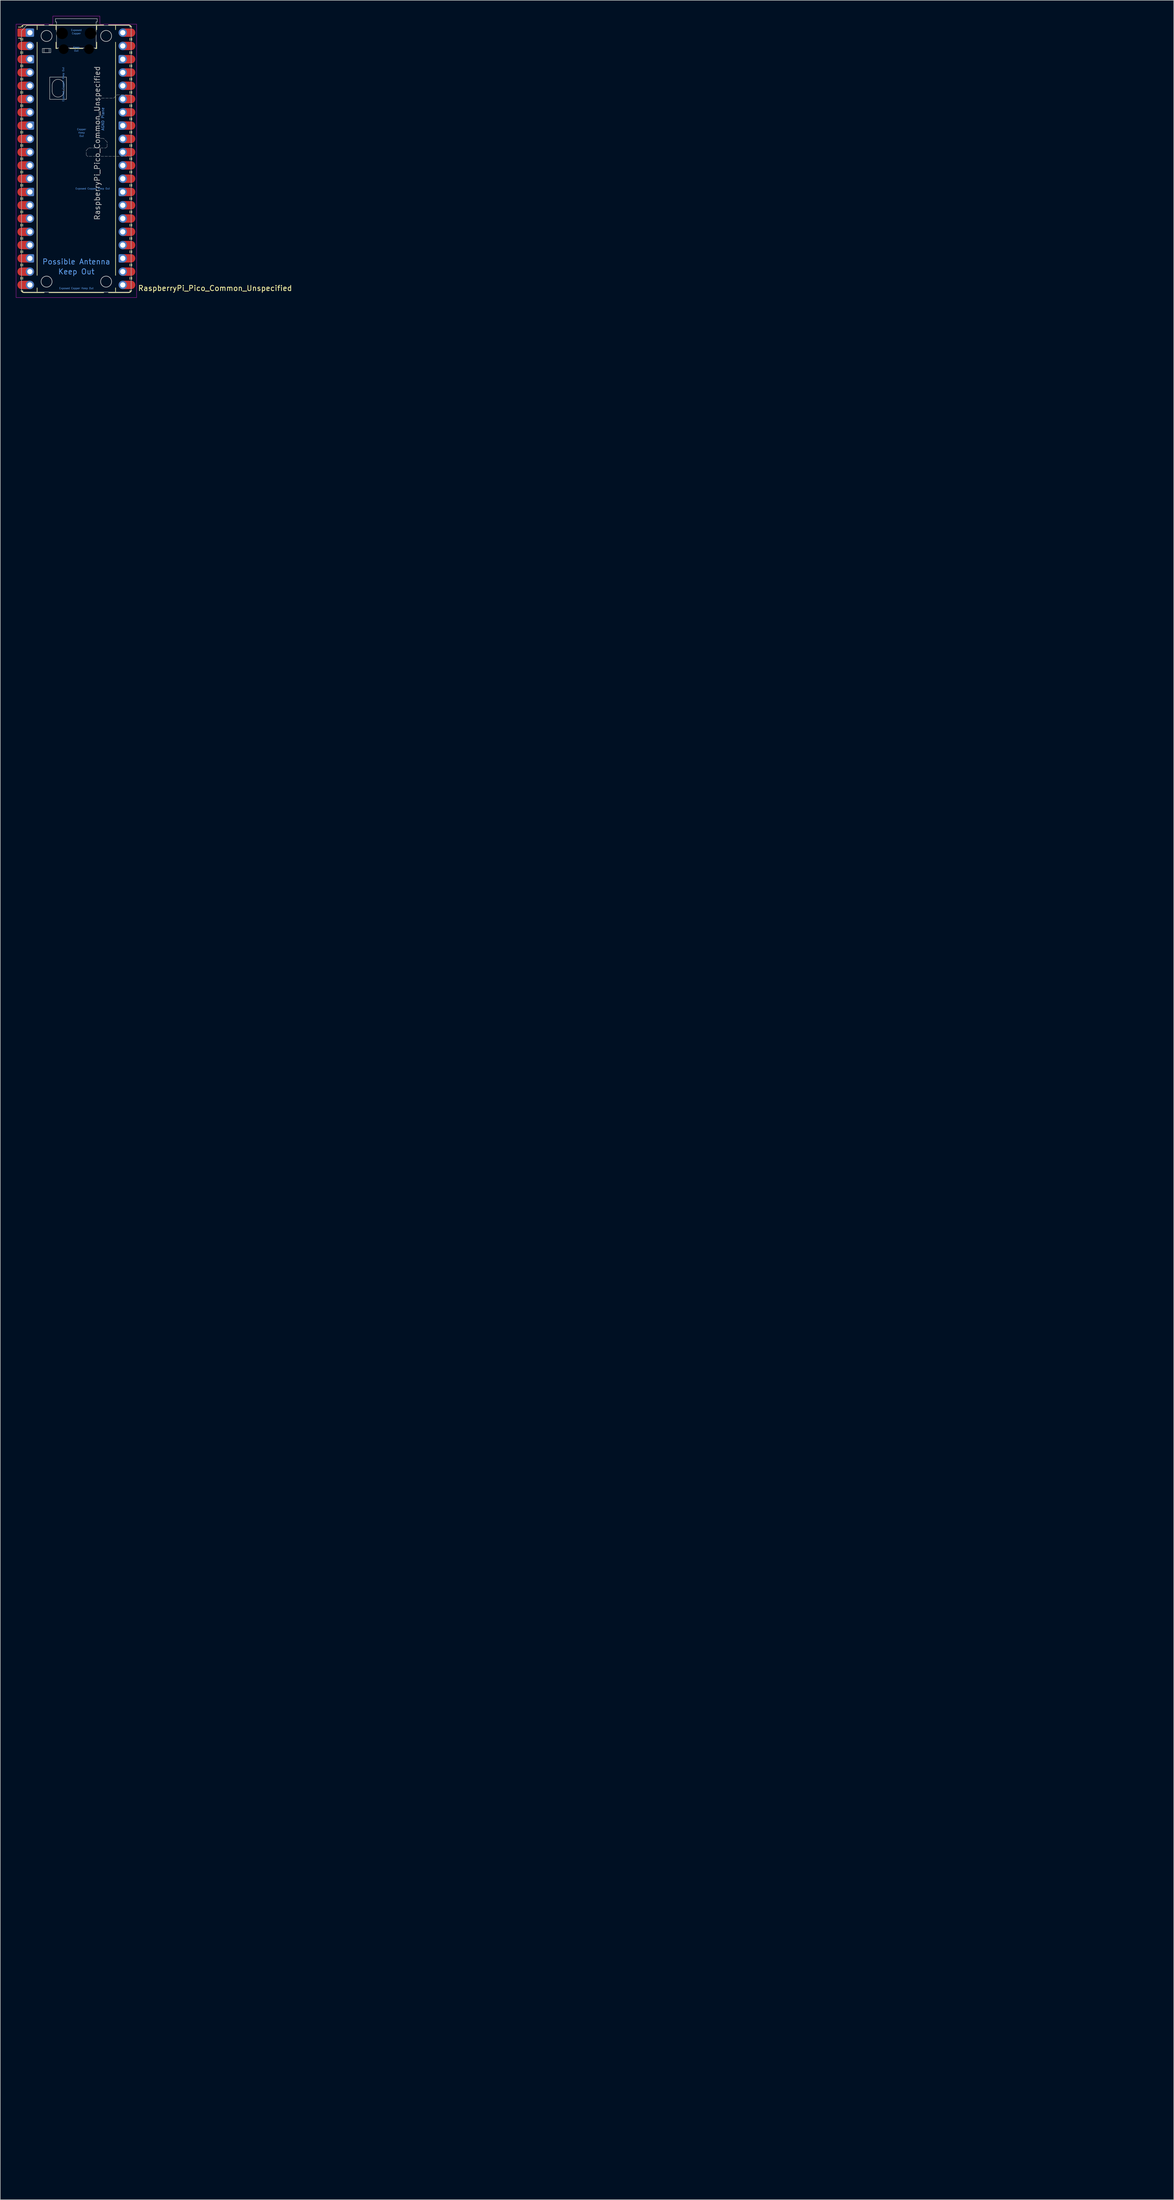
<source format=kicad_pcb>
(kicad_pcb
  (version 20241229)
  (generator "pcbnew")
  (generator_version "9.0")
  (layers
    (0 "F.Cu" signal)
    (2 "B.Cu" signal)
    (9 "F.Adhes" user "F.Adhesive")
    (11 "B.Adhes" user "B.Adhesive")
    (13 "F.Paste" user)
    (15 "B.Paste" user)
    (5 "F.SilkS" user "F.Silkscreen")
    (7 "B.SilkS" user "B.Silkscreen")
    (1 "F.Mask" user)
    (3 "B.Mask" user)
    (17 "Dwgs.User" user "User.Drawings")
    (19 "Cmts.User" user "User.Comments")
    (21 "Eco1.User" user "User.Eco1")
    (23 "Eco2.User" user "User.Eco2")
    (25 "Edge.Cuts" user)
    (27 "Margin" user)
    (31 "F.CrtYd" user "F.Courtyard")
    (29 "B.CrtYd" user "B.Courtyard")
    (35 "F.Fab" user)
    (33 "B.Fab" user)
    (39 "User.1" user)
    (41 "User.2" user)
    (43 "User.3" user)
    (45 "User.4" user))
  (footprint "RaspberryPi_Pico_Common_Unspecified"
    (layer "F.Cu")
    (at 11.565 27.325)
    (property "Reference" "RaspberryPi_Pico_Common_Unspecified" (at 11.748 24.765 0) (unlocked yes) (layer "F.SilkS") (effects (font (size 1 1) (thickness 0.15)) (justify left)))
    (attr through_hole)
    (fp_line (start -10.61 -23.07) (end -11.09 -23.07) (stroke (width 0.12) (type solid)) (layer "F.SilkS"))
    (fp_line (start -10.61 -23.07) (end -10.61 -22.65) (stroke (width 0.12) (type solid)) (layer "F.SilkS"))
    (fp_line (start -10.61 -20.53) (end -10.61 -20.11) (stroke (width 0.12) (type solid)) (layer "F.SilkS"))
    (fp_line (start -10.61 -17.99) (end -10.61 -17.57) (stroke (width 0.12) (type solid)) (layer "F.SilkS"))
    (fp_line (start -10.61 -15.45) (end -10.61 -15.03) (stroke (width 0.12) (type solid)) (layer "F.SilkS"))
    (fp_line (start -10.61 -12.91) (end -10.61 -12.49) (stroke (width 0.12) (type solid)) (layer "F.SilkS"))
    (fp_line (start -10.61 -10.37) (end -10.61 -9.95) (stroke (width 0.12) (type solid)) (layer "F.SilkS"))
    (fp_line (start -10.61 -7.83) (end -10.61 -7.41) (stroke (width 0.12) (type solid)) (layer "F.SilkS"))
    (fp_line (start -10.61 -5.29) (end -10.61 -4.87) (stroke (width 0.12) (type solid)) (layer "F.SilkS"))
    (fp_line (start -10.61 -2.75) (end -10.61 -2.33) (stroke (width 0.12) (type solid)) (layer "F.SilkS"))
    (fp_line (start -10.61 -0.21) (end -10.61 0.21) (stroke (width 0.12) (type solid)) (layer "F.SilkS"))
    (fp_line (start -10.61 2.33) (end -10.61 2.75) (stroke (width 0.12) (type solid)) (layer "F.SilkS"))
    (fp_line (start -10.61 4.87) (end -10.61 5.29) (stroke (width 0.12) (type solid)) (layer "F.SilkS"))
    (fp_line (start -10.61 7.41) (end -10.61 7.83) (stroke (width 0.12) (type solid)) (layer "F.SilkS"))
    (fp_line (start -10.61 9.95) (end -10.61 10.37) (stroke (width 0.12) (type solid)) (layer "F.SilkS"))
    (fp_line (start -10.61 12.49) (end -10.61 12.91) (stroke (width 0.12) (type solid)) (layer "F.SilkS"))
    (fp_line (start -10.61 15.03) (end -10.61 15.45) (stroke (width 0.12) (type solid)) (layer "F.SilkS"))
    (fp_line (start -10.61 17.57) (end -10.61 17.99) (stroke (width 0.12) (type solid)) (layer "F.SilkS"))
    (fp_line (start -10.61 20.11) (end -10.61 20.53) (stroke (width 0.12) (type solid)) (layer "F.SilkS"))
    (fp_line (start -10.61 22.65) (end -10.61 23.07) (stroke (width 0.12) (type solid)) (layer "F.SilkS"))
    (fp_line (start -10.58 -25.19) (end -11.09 -25.19) (stroke (width 0.12) (type solid)) (layer "F.SilkS"))
    (fp_line (start -10.27 -25.19) (end -10.27 -25.547) (stroke (width 0.12) (type solid)) (layer "F.SilkS"))
    (fp_line (start -10.27 -23.07) (end -10.27 -22.65) (stroke (width 0.12) (type solid)) (layer "F.SilkS"))
    (fp_line (start -10.27 -20.53) (end -10.27 -20.11) (stroke (width 0.12) (type solid)) (layer "F.SilkS"))
    (fp_line (start -10.27 -17.99) (end -10.27 -17.57) (stroke (width 0.12) (type solid)) (layer "F.SilkS"))
    (fp_line (start -10.27 -15.45) (end -10.27 -15.03) (stroke (width 0.12) (type solid)) (layer "F.SilkS"))
    (fp_line (start -10.27 -12.91) (end -10.27 -12.49) (stroke (width 0.12) (type solid)) (layer "F.SilkS"))
    (fp_line (start -10.27 -10.37) (end -10.27 -9.95) (stroke (width 0.12) (type solid)) (layer "F.SilkS"))
    (fp_line (start -10.27 -7.83) (end -10.27 -7.41) (stroke (width 0.12) (type solid)) (layer "F.SilkS"))
    (fp_line (start -10.27 -5.29) (end -10.27 -4.87) (stroke (width 0.12) (type solid)) (layer "F.SilkS"))
    (fp_line (start -10.27 -2.75) (end -10.27 -2.33) (stroke (width 0.12) (type solid)) (layer "F.SilkS"))
    (fp_line (start -10.27 -0.21) (end -10.27 0.21) (stroke (width 0.12) (type solid)) (layer "F.SilkS"))
    (fp_line (start -10.27 2.33) (end -10.27 2.75) (stroke (width 0.12) (type solid)) (layer "F.SilkS"))
    (fp_line (start -10.27 4.87) (end -10.27 5.29) (stroke (width 0.12) (type solid)) (layer "F.SilkS"))
    (fp_line (start -10.27 7.41) (end -10.27 7.83) (stroke (width 0.12) (type solid)) (layer "F.SilkS"))
    (fp_line (start -10.27 9.95) (end -10.27 10.37) (stroke (width 0.12) (type solid)) (layer "F.SilkS"))
    (fp_line (start -10.27 12.49) (end -10.27 12.91) (stroke (width 0.12) (type solid)) (layer "F.SilkS"))
    (fp_line (start -10.27 15.03) (end -10.27 15.45) (stroke (width 0.12) (type solid)) (layer "F.SilkS"))
    (fp_line (start -10.27 17.57) (end -10.27 17.99) (stroke (width 0.12) (type solid)) (layer "F.SilkS"))
    (fp_line (start -10.27 20.11) (end -10.27 20.53) (stroke (width 0.12) (type solid)) (layer "F.SilkS"))
    (fp_line (start -10.27 22.65) (end -10.27 23.07) (stroke (width 0.12) (type solid)) (layer "F.SilkS"))
    (fp_line (start -10.27 25.19) (end -10.27 25.547) (stroke (width 0.12) (type solid)) (layer "F.SilkS"))
    (fp_line (start -10 -25.61) (end -7.51 -25.61) (stroke (width 0.12) (type solid)) (layer "F.SilkS"))
    (fp_line (start -10 25.61) (end -6.162 25.61) (stroke (width 0.12) (type solid)) (layer "F.SilkS"))
    (fp_line (start -7.51 -25.61) (end -7.51 -24.696) (stroke (width 0.12) (type solid)) (layer "F.SilkS"))
    (fp_line (start -7.51 -25.61) (end -6.162 -25.61) (stroke (width 0.12) (type solid)) (layer "F.SilkS"))
    (fp_line (start -7.51 -22.304) (end -7.51 22.304) (stroke (width 0.12) (type solid)) (layer "F.SilkS"))
    (fp_line (start -7.51 24.696) (end -7.51 25.61) (stroke (width 0.12) (type solid)) (layer "F.SilkS"))
    (fp_line (start -5.238 -25.61) (end -4.235 -25.61) (stroke (width 0.12) (type solid)) (layer "F.SilkS"))
    (fp_line (start -4.235 -25.61) (end 4.235 -25.61) (stroke (width 0.12) (type solid)) (layer "F.SilkS"))
    (fp_line (start -3.9 -25.61) (end -3.9 -24.694) (stroke (width 0.12) (type solid)) (layer "F.SilkS"))
    (fp_line (start -3.9 -22.306) (end -3.9 -21.09) (stroke (width 0.12) (type solid)) (layer "F.SilkS"))
    (fp_line (start -3.9 -21.09) (end -3.604 -21.09) (stroke (width 0.12) (type solid)) (layer "F.SilkS"))
    (fp_line (start -3.6 25.61) (end -5.238 25.61) (stroke (width 0.12) (type solid)) (layer "F.SilkS"))
    (fp_line (start -1.246 -21.09) (end 1.246 -21.09) (stroke (width 0.12) (type solid)) (layer "F.SilkS"))
    (fp_line (start 3.6 25.61) (end -3.6 25.61) (stroke (width 0.12) (type solid)) (layer "F.SilkS"))
    (fp_line (start 3.604 -21.09) (end 3.9 -21.09) (stroke (width 0.12) (type solid)) (layer "F.SilkS"))
    (fp_line (start 3.9 -25.61) (end 3.9 -24.694) (stroke (width 0.12) (type solid)) (layer "F.SilkS"))
    (fp_line (start 3.9 -22.306) (end 3.9 -21.09) (stroke (width 0.12) (type solid)) (layer "F.SilkS"))
    (fp_line (start 4.235 -25.61) (end 5.238 -25.61) (stroke (width 0.12) (type solid)) (layer "F.SilkS"))
    (fp_line (start 5.238 25.61) (end 3.6 25.61) (stroke (width 0.12) (type solid)) (layer "F.SilkS"))
    (fp_line (start 6.162 -25.61) (end 7.51 -25.61) (stroke (width 0.12) (type solid)) (layer "F.SilkS"))
    (fp_line (start 6.162 25.61) (end 10 25.61) (stroke (width 0.12) (type solid)) (layer "F.SilkS"))
    (fp_line (start 7.51 -25.61) (end 7.51 -24.696) (stroke (width 0.12) (type solid)) (layer "F.SilkS"))
    (fp_line (start 7.51 -22.304) (end 7.51 22.304) (stroke (width 0.12) (type solid)) (layer "F.SilkS"))
    (fp_line (start 7.51 24.696) (end 7.51 25.61) (stroke (width 0.12) (type solid)) (layer "F.SilkS"))
    (fp_line (start 10 -25.61) (end 7.51 -25.61) (stroke (width 0.12) (type solid)) (layer "F.SilkS"))
    (fp_line (start 10.27 -25.19) (end 10.27 -25.547) (stroke (width 0.12) (type solid)) (layer "F.SilkS"))
    (fp_line (start 10.27 -23.07) (end 10.27 -22.65) (stroke (width 0.12) (type solid)) (layer "F.SilkS"))
    (fp_line (start 10.27 -20.53) (end 10.27 -20.11) (stroke (width 0.12) (type solid)) (layer "F.SilkS"))
    (fp_line (start 10.27 -17.99) (end 10.27 -17.57) (stroke (width 0.12) (type solid)) (layer "F.SilkS"))
    (fp_line (start 10.27 -15.45) (end 10.27 -15.03) (stroke (width 0.12) (type solid)) (layer "F.SilkS"))
    (fp_line (start 10.27 -12.91) (end 10.27 -12.49) (stroke (width 0.12) (type solid)) (layer "F.SilkS"))
    (fp_line (start 10.27 -10.37) (end 10.27 -9.95) (stroke (width 0.12) (type solid)) (layer "F.SilkS"))
    (fp_line (start 10.27 -7.83) (end 10.27 -7.41) (stroke (width 0.12) (type solid)) (layer "F.SilkS"))
    (fp_line (start 10.27 -5.29) (end 10.27 -4.87) (stroke (width 0.12) (type solid)) (layer "F.SilkS"))
    (fp_line (start 10.27 -2.75) (end 10.27 -2.33) (stroke (width 0.12) (type solid)) (layer "F.SilkS"))
    (fp_line (start 10.27 -0.21) (end 10.27 0.21) (stroke (width 0.12) (type solid)) (layer "F.SilkS"))
    (fp_line (start 10.27 2.33) (end 10.27 2.75) (stroke (width 0.12) (type solid)) (layer "F.SilkS"))
    (fp_line (start 10.27 4.87) (end 10.27 5.29) (stroke (width 0.12) (type solid)) (layer "F.SilkS"))
    (fp_line (start 10.27 7.41) (end 10.27 7.83) (stroke (width 0.12) (type solid)) (layer "F.SilkS"))
    (fp_line (start 10.27 9.95) (end 10.27 10.37) (stroke (width 0.12) (type solid)) (layer "F.SilkS"))
    (fp_line (start 10.27 12.49) (end 10.27 12.91) (stroke (width 0.12) (type solid)) (layer "F.SilkS"))
    (fp_line (start 10.27 15.03) (end 10.27 15.45) (stroke (width 0.12) (type solid)) (layer "F.SilkS"))
    (fp_line (start 10.27 17.57) (end 10.27 17.99) (stroke (width 0.12) (type solid)) (layer "F.SilkS"))
    (fp_line (start 10.27 20.11) (end 10.27 20.53) (stroke (width 0.12) (type solid)) (layer "F.SilkS"))
    (fp_line (start 10.27 22.65) (end 10.27 23.07) (stroke (width 0.12) (type solid)) (layer "F.SilkS"))
    (fp_line (start 10.27 25.19) (end 10.27 25.547) (stroke (width 0.12) (type solid)) (layer "F.SilkS"))
    (fp_line (start 10.61 -23.07) (end 10.61 -22.65) (stroke (width 0.12) (type solid)) (layer "F.SilkS"))
    (fp_line (start 10.61 -20.53) (end 10.61 -20.11) (stroke (width 0.12) (type solid)) (layer "F.SilkS"))
    (fp_line (start 10.61 -17.99) (end 10.61 -17.57) (stroke (width 0.12) (type solid)) (layer "F.SilkS"))
    (fp_line (start 10.61 -15.45) (end 10.61 -15.03) (stroke (width 0.12) (type solid)) (layer "F.SilkS"))
    (fp_line (start 10.61 -12.91) (end 10.61 -12.49) (stroke (width 0.12) (type solid)) (layer "F.SilkS"))
    (fp_line (start 10.61 -10.37) (end 10.61 -9.95) (stroke (width 0.12) (type solid)) (layer "F.SilkS"))
    (fp_line (start 10.61 -7.83) (end 10.61 -7.41) (stroke (width 0.12) (type solid)) (layer "F.SilkS"))
    (fp_line (start 10.61 -5.29) (end 10.61 -4.87) (stroke (width 0.12) (type solid)) (layer "F.SilkS"))
    (fp_line (start 10.61 -2.75) (end 10.61 -2.33) (stroke (width 0.12) (type solid)) (layer "F.SilkS"))
    (fp_line (start 10.61 -0.21) (end 10.61 0.21) (stroke (width 0.12) (type solid)) (layer "F.SilkS"))
    (fp_line (start 10.61 2.33) (end 10.61 2.75) (stroke (width 0.12) (type solid)) (layer "F.SilkS"))
    (fp_line (start 10.61 4.87) (end 10.61 5.29) (stroke (width 0.12) (type solid)) (layer "F.SilkS"))
    (fp_line (start 10.61 7.41) (end 10.61 7.83) (stroke (width 0.12) (type solid)) (layer "F.SilkS"))
    (fp_line (start 10.61 9.95) (end 10.61 10.37) (stroke (width 0.12) (type solid)) (layer "F.SilkS"))
    (fp_line (start 10.61 12.49) (end 10.61 12.91) (stroke (width 0.12) (type solid)) (layer "F.SilkS"))
    (fp_line (start 10.61 15.03) (end 10.61 15.45) (stroke (width 0.12) (type solid)) (layer "F.SilkS"))
    (fp_line (start 10.61 17.57) (end 10.61 17.99) (stroke (width 0.12) (type solid)) (layer "F.SilkS"))
    (fp_line (start 10.61 20.11) (end 10.61 20.53) (stroke (width 0.12) (type solid)) (layer "F.SilkS"))
    (fp_line (start 10.61 22.65) (end 10.61 23.07) (stroke (width 0.12) (type solid)) (layer "F.SilkS"))
    (fp_arc (start -10.579676 -25.19) (mid -10.357938 -25.493944) (end -10 -25.61) (stroke (width 0.12) (type solid)) (layer "F.SilkS"))
    (fp_arc (start -10 25.61) (mid -10.357937 25.493944) (end -10.579676 25.189937) (stroke (width 0.12) (type solid)) (layer "F.SilkS"))
    (fp_arc (start 10 -25.61) (mid 10.357937 -25.493944) (end 10.579676 -25.189937) (stroke (width 0.12) (type solid)) (layer "F.SilkS"))
    (fp_arc (start 10.579676 25.189937) (mid 10.357946 25.493957) (end 10 25.61) (stroke (width 0.12) (type solid)) (layer "F.SilkS"))
    (fp_circle (center -5.7 -23.5) (end -4.65 -23.5) (stroke (width 0.12) (type solid)) (fill no) (layer "Dwgs.User"))
    (fp_circle (center -5.7 23.5) (end -4.65 23.5) (stroke (width 0.12) (type solid)) (fill no) (layer "Dwgs.User"))
    (fp_circle (center 5.7 -23.5) (end 6.75 -23.5) (stroke (width 0.12) (type solid)) (fill no) (layer "Dwgs.User"))
    (fp_circle (center 5.7 23.5) (end 6.75 23.5) (stroke (width 0.12) (type solid)) (fill no) (layer "Dwgs.User"))
    (fp_poly (pts (xy 10.5 -0.47) (xy 2.12 -0.47) (xy 1.9 -0.7) (xy 1.9 -1.6) (xy 2.37 -2.07) (xy 5.65 -2.07) (xy 5.9 -2.3) (xy 5.9 -3.2) (xy 5.2 -3.9) (xy 4.55 -3.9) (xy 4.3 -4.15) (xy 4.3 -11.05) (xy 4.85 -11.6) (xy 7.15 -11.6) (xy 7.78 -12.23) (xy 10.5 -12.23)) (stroke (width 0.05) (type dash)) (fill no) (layer "Dwgs.User"))
    (fp_poly (pts (xy -4.5 -27.3) (xy 4.5 -27.3) (xy 4.5 -25.75) (xy 11.54 -25.75) (xy 11.54 26.55) (xy -11.54 26.55) (xy -11.54 -25.75) (xy -4.5 -25.75)) (stroke (width 0.05) (type solid)) (fill no) (layer "F.CrtYd"))
    (fp_line (start -10.5 -24.5) (end -9.5 -25.5) (stroke (width 0.1) (type solid)) (layer "F.Fab"))
    (fp_line (start -10.5 25) (end -10.5 -24.5) (stroke (width 0.1) (type solid)) (layer "F.Fab"))
    (fp_line (start -9.5 -25.5) (end 10 -25.5) (stroke (width 0.1) (type solid)) (layer "F.Fab"))
    (fp_line (start -4.625 -14.075) (end -4.625 -12.925) (stroke (width 0.1) (type solid)) (layer "F.Fab"))
    (fp_line (start -2.375 -14.075) (end -2.375 -12.925) (stroke (width 0.1) (type solid)) (layer "F.Fab"))
    (fp_line (start 10 25.5) (end -10 25.5) (stroke (width 0.1) (type solid)) (layer "F.Fab"))
    (fp_line (start 10.5 -25) (end 10.5 25) (stroke (width 0.1) (type solid)) (layer "F.Fab"))
    (fp_rect (start -6.5 -21.1) (end -4.9 -20.3) (stroke (width 0.1) (type solid)) (fill no) (layer "F.Fab"))
    (fp_rect (start -6.2 -21.1) (end -5.2 -20.3) (stroke (width 0.1) (type solid)) (fill no) (layer "F.Fab"))
    (fp_rect (start -5.1 -15.625) (end -1.9 -11.375) (stroke (width 0.1) (type solid)) (fill no) (layer "F.Fab"))
    (fp_arc (start -10 25.5) (mid -10.353553 25.353553) (end -10.5 25) (stroke (width 0.1) (type solid)) (layer "F.Fab"))
    (fp_arc (start -4.625 -14.075) (mid -3.5 -15.2) (end -2.375 -14.075) (stroke (width 0.1) (type solid)) (layer "F.Fab"))
    (fp_arc (start -2.375 -12.925) (mid -3.5 -11.8) (end -4.625 -12.925) (stroke (width 0.1) (type solid)) (layer "F.Fab"))
    (fp_arc (start 10 -25.5) (mid 10.353553 -25.353553) (end 10.5 -25) (stroke (width 0.1) (type solid)) (layer "F.Fab"))
    (fp_arc (start 10.5 25) (mid 10.353553 25.353553) (end 10 25.5) (stroke (width 0.1) (type solid)) (layer "F.Fab"))
    (fp_poly (pts (xy 3.79 -21.2) (xy 3.79 -26.2) (xy 4 -26.2) (xy 4 -26.8) (xy -4 -26.8) (xy -4 -26.2) (xy -3.79 -26.2) (xy -3.79 -21.2)) (stroke (width 0.1) (type solid)) (fill no) (layer "F.Fab"))
    (fp_text user "Copper" (at 0 -23.983 0) (unlocked yes) (layer "Cmts.User") (effects (font (size 0.333 0.333) (thickness 0.05))))
    (fp_text user "Exposed Copper Keep Out" (at -2.5 -14.25 90) (unlocked yes) (layer "Cmts.User") (effects (font (size 0.333 0.333) (thickness 0.05))))
    (fp_text user "Exposed Copper Keep Out" (at 0 24.765 0) (unlocked yes) (layer "Cmts.User") (effects (font (size 0.333 0.333) (thickness 0.05))))
    (fp_text user "Exposed" (at 0 -24.617 0) (unlocked yes) (layer "Cmts.User") (effects (font (size 0.333 0.333) (thickness 0.05))))
    (fp_text user "Keep" (at 0 -21.317 0) (unlocked yes) (layer "Cmts.User") (effects (font (size 0.333 0.333) (thickness 0.05))))
    (fp_text user "Copper" (at 1 -5.635 0) (unlocked yes) (layer "Cmts.User") (effects (font (size 0.333 0.333) (thickness 0.05))))
    (fp_text user "Keep" (at 1 -5 0) (unlocked yes) (layer "Cmts.User") (effects (font (size 0.333 0.333) (thickness 0.05))))
    (fp_text user "AGND Plane" (at 5.08 -7.62 90) (unlocked yes) (layer "Cmts.User") (effects (font (size 0.5 0.5) (thickness 0.075))))
    (fp_text user "Keep Out" (at 0 21.59 0) (unlocked yes) (layer "Cmts.User") (effects (font (size 1 1) (thickness 0.15))))
    (fp_text user "Exposed Copper Keep Out" (at 3.124 5.7 0) (unlocked yes) (layer "Cmts.User") (effects (font (size 0.333 0.333) (thickness 0.05))))
    (fp_text user "Out" (at 0 -20.683 0) (unlocked yes) (layer "Cmts.User") (effects (font (size 0.333 0.333) (thickness 0.05))))
    (fp_text user "Out" (at 1 -4.365 0) (unlocked yes) (layer "Cmts.User") (effects (font (size 0.333 0.333) (thickness 0.05))))
    (fp_text user "Possible Antenna" (at 0 19.685 0) (unlocked yes) (layer "Cmts.User") (effects (font (size 1 1) (thickness 0.15))))
    (fp_text user "${REFERENCE}" (at 4 -3 270) (layer "F.Fab") (effects (font (size 1 1) (thickness 0.15))))
    (pad "" np_thru_hole circle (at -2.725 -24) (size 2.2 2.2) (drill 2.2) (layers "*.Mask"))
    (pad "" np_thru_hole circle (at -2.425 -20.97) (size 1.85 1.85) (drill 1.85) (layers "*.Mask"))
    (pad "" np_thru_hole circle (at 2.425 -20.97) (size 1.85 1.85) (drill 1.85) (layers "*.Mask"))
    (pad "" np_thru_hole circle (at 2.725 -24) (size 2.2 2.2) (drill 2.2) (layers "*.Mask"))
    (pad "1" smd custom (at -9.69 -24.13) (size 1.6 0.8) (layers "F.Cu" "F.Mask") (options (anchor rect)) (primitives (gr_circle (center 0.8 0) (end 1.6 0) (width 0) (fill yes)) (gr_poly (pts (xy -1.6 -0.6) (xy -1.6 0.6) (xy -1.4 0.8) (xy 0.8 0.8) (xy 0.8 -0.8) (xy -1.4 -0.8)) (width 0) (fill yes)) (gr_circle (center -1.4 -0.6) (end -1.2 -0.6) (width 0) (fill yes)) (gr_circle (center -1.4 0.6) (end -1.2 0.6) (width 0) (fill yes))))
    (pad "1" thru_hole roundrect (at -8.89 -24.13) (size 1.6 1.6) (drill 1) (layers "*.Cu" "*.Mask") (roundrect_rratio 0.125))
    (pad "2" smd roundrect (at -9.69 -21.59) (size 3.2 1.6) (layers "F.Cu" "F.Mask") (roundrect_rratio 0.5))
    (pad "2" thru_hole circle (at -8.89 -21.59) (size 1.6 1.6) (drill 1) (layers "*.Cu" "*.Mask"))
    (pad "3" smd custom (at -9.69 -19.05) (size 1.6 0.8) (layers "F.Cu" "F.Mask") (options (anchor rect)) (primitives (gr_circle (center -0.8 0) (end 0 0) (width 0) (fill yes)) (gr_poly (pts (xy 1.6 -0.6) (xy 1.6 0.6) (xy 1.4 0.8) (xy -0.8 0.8) (xy -0.8 -0.8) (xy 1.4 -0.8)) (width 0) (fill yes)) (gr_circle (center 1.4 -0.6) (end 1.6 -0.6) (width 0) (fill yes)) (gr_circle (center 1.4 0.6) (end 1.6 0.6) (width 0) (fill yes))))
    (pad "3" thru_hole custom (at -8.89 -19.05) (size 1.6 1.6) (drill 1) (layers "*.Cu" "*.Mask") (options (anchor circle)) (primitives (gr_poly (pts (xy 0.8 0.6) (xy 0.8 -0.6) (xy 0.6 -0.8) (xy 0 -0.8) (xy 0 0.8) (xy 0.6 0.8)) (width 0) (fill yes)) (gr_circle (center 0.6 0.6) (end 0.8 0.6) (width 0) (fill yes)) (gr_circle (center 0.6 -0.6) (end 0.8 -0.6) (width 0) (fill yes))))
    (pad "4" smd roundrect (at -9.69 -16.51) (size 3.2 1.6) (layers "F.Cu" "F.Mask") (roundrect_rratio 0.5))
    (pad "4" thru_hole circle (at -8.89 -16.51) (size 1.6 1.6) (drill 1) (layers "*.Cu" "*.Mask"))
    (pad "5" smd roundrect (at -9.69 -13.97) (size 3.2 1.6) (layers "F.Cu" "F.Mask") (roundrect_rratio 0.5))
    (pad "5" thru_hole circle (at -8.89 -13.97) (size 1.6 1.6) (drill 1) (layers "*.Cu" "*.Mask"))
    (pad "6" smd roundrect (at -9.69 -11.43) (size 3.2 1.6) (layers "F.Cu" "F.Mask") (roundrect_rratio 0.5))
    (pad "6" thru_hole circle (at -8.89 -11.43) (size 1.6 1.6) (drill 1) (layers "*.Cu" "*.Mask"))
    (pad "7" smd roundrect (at -9.69 -8.89) (size 3.2 1.6) (layers "F.Cu" "F.Mask") (roundrect_rratio 0.5))
    (pad "7" thru_hole circle (at -8.89 -8.89) (size 1.6 1.6) (drill 1) (layers "*.Cu" "*.Mask"))
    (pad "8" smd custom (at -9.69 -6.35) (size 1.6 0.8) (layers "F.Cu" "F.Mask") (options (anchor rect)) (primitives (gr_circle (center -0.8 0) (end 0 0) (width 0) (fill yes)) (gr_poly (pts (xy 1.6 -0.6) (xy 1.6 0.6) (xy 1.4 0.8) (xy -0.8 0.8) (xy -0.8 -0.8) (xy 1.4 -0.8)) (width 0) (fill yes)) (gr_circle (center 1.4 -0.6) (end 1.6 -0.6) (width 0) (fill yes)) (gr_circle (center 1.4 0.6) (end 1.6 0.6) (width 0) (fill yes))))
    (pad "8" thru_hole custom (at -8.89 -6.35) (size 1.6 1.6) (drill 1) (layers "*.Cu" "*.Mask") (options (anchor circle)) (primitives (gr_poly (pts (xy 0.8 0.6) (xy 0.8 -0.6) (xy 0.6 -0.8) (xy 0 -0.8) (xy 0 0.8) (xy 0.6 0.8)) (width 0) (fill yes)) (gr_circle (center 0.6 0.6) (end 0.8 0.6) (width 0) (fill yes)) (gr_circle (center 0.6 -0.6) (end 0.8 -0.6) (width 0) (fill yes))))
    (pad "9" smd roundrect (at -9.69 -3.81) (size 3.2 1.6) (layers "F.Cu" "F.Mask") (roundrect_rratio 0.5))
    (pad "9" thru_hole circle (at -8.89 -3.81) (size 1.6 1.6) (drill 1) (layers "*.Cu" "*.Mask"))
    (pad "10" smd roundrect (at -9.69 -1.27) (size 3.2 1.6) (layers "F.Cu" "F.Mask") (roundrect_rratio 0.5))
    (pad "10" thru_hole circle (at -8.89 -1.27) (size 1.6 1.6) (drill 1) (layers "*.Cu" "*.Mask"))
    (pad "11" smd roundrect (at -9.69 1.27) (size 3.2 1.6) (layers "F.Cu" "F.Mask") (roundrect_rratio 0.5))
    (pad "11" thru_hole circle (at -8.89 1.27) (size 1.6 1.6) (drill 1) (layers "*.Cu" "*.Mask"))
    (pad "12" smd roundrect (at -9.69 3.81) (size 3.2 1.6) (layers "F.Cu" "F.Mask") (roundrect_rratio 0.5))
    (pad "12" thru_hole circle (at -8.89 3.81) (size 1.6 1.6) (drill 1) (layers "*.Cu" "*.Mask"))
    (pad "13" smd custom (at -9.69 6.35) (size 1.6 0.8) (layers "F.Cu" "F.Mask") (options (anchor rect)) (primitives (gr_circle (center -0.8 0) (end 0 0) (width 0) (fill yes)) (gr_poly (pts (xy 1.6 -0.6) (xy 1.6 0.6) (xy 1.4 0.8) (xy -0.8 0.8) (xy -0.8 -0.8) (xy 1.4 -0.8)) (width 0) (fill yes)) (gr_circle (center 1.4 -0.6) (end 1.6 -0.6) (width 0) (fill yes)) (gr_circle (center 1.4 0.6) (end 1.6 0.6) (width 0) (fill yes))))
    (pad "13" thru_hole custom (at -8.89 6.35) (size 1.6 1.6) (drill 1) (layers "*.Cu" "*.Mask") (options (anchor circle)) (primitives (gr_poly (pts (xy 0.8 0.6) (xy 0.8 -0.6) (xy 0.6 -0.8) (xy 0 -0.8) (xy 0 0.8) (xy 0.6 0.8)) (width 0) (fill yes)) (gr_circle (center 0.6 0.6) (end 0.8 0.6) (width 0) (fill yes)) (gr_circle (center 0.6 -0.6) (end 0.8 -0.6) (width 0) (fill yes))))
    (pad "14" smd roundrect (at -9.69 8.89) (size 3.2 1.6) (layers "F.Cu" "F.Mask") (roundrect_rratio 0.5))
    (pad "14" thru_hole circle (at -8.89 8.89) (size 1.6 1.6) (drill 1) (layers "*.Cu" "*.Mask"))
    (pad "15" smd roundrect (at -9.69 11.43) (size 3.2 1.6) (layers "F.Cu" "F.Mask") (roundrect_rratio 0.5))
    (pad "15" thru_hole circle (at -8.89 11.43) (size 1.6 1.6) (drill 1) (layers "*.Cu" "*.Mask"))
    (pad "16" smd roundrect (at -9.69 13.97) (size 3.2 1.6) (layers "F.Cu" "F.Mask") (roundrect_rratio 0.5))
    (pad "16" thru_hole circle (at -8.89 13.97) (size 1.6 1.6) (drill 1) (layers "*.Cu" "*.Mask"))
    (pad "17" smd roundrect (at -9.69 16.51) (size 3.2 1.6) (layers "F.Cu" "F.Mask") (roundrect_rratio 0.5))
    (pad "17" thru_hole circle (at -8.89 16.51) (size 1.6 1.6) (drill 1) (layers "*.Cu" "*.Mask"))
    (pad "18" smd custom (at -9.69 19.05) (size 1.6 0.8) (layers "F.Cu" "F.Mask") (options (anchor rect)) (primitives (gr_circle (center -0.8 0) (end 0 0) (width 0) (fill yes)) (gr_poly (pts (xy 1.6 -0.6) (xy 1.6 0.6) (xy 1.4 0.8) (xy -0.8 0.8) (xy -0.8 -0.8) (xy 1.4 -0.8)) (width 0) (fill yes)) (gr_circle (center 1.4 -0.6) (end 1.6 -0.6) (width 0) (fill yes)) (gr_circle (center 1.4 0.6) (end 1.6 0.6) (width 0) (fill yes))))
    (pad "18" thru_hole custom (at -8.89 19.05) (size 1.6 1.6) (drill 1) (layers "*.Cu" "*.Mask") (options (anchor circle)) (primitives (gr_poly (pts (xy 0.8 0.6) (xy 0.8 -0.6) (xy 0.6 -0.8) (xy 0 -0.8) (xy 0 0.8) (xy 0.6 0.8)) (width 0) (fill yes)) (gr_circle (center 0.6 0.6) (end 0.8 0.6) (width 0) (fill yes)) (gr_circle (center 0.6 -0.6) (end 0.8 -0.6) (width 0) (fill yes))))
    (pad "19" smd roundrect (at -9.69 21.59) (size 3.2 1.6) (layers "F.Cu" "F.Mask") (roundrect_rratio 0.5))
    (pad "19" thru_hole circle (at -8.89 21.59) (size 1.6 1.6) (drill 1) (layers "*.Cu" "*.Mask"))
    (pad "20" smd roundrect (at -9.69 24.13) (size 3.2 1.6) (layers "F.Cu" "F.Mask") (roundrect_rratio 0.5))
    (pad "20" thru_hole circle (at -8.89 24.13) (size 1.6 1.6) (drill 1) (layers "*.Cu" "*.Mask"))
    (pad "21" thru_hole circle (at 8.89 24.13) (size 1.6 1.6) (drill 1) (layers "*.Cu" "*.Mask"))
    (pad "21" smd roundrect (at 9.69 24.13) (size 3.2 1.6) (layers "F.Cu" "F.Mask") (roundrect_rratio 0.5))
    (pad "22" thru_hole circle (at 8.89 21.59) (size 1.6 1.6) (drill 1) (layers "*.Cu" "*.Mask"))
    (pad "22" smd roundrect (at 9.69 21.59) (size 3.2 1.6) (layers "F.Cu" "F.Mask") (roundrect_rratio 0.5))
    (pad "23" thru_hole custom (at 8.89 19.05) (size 1.6 1.6) (drill 1) (layers "*.Cu" "*.Mask") (options (anchor circle)) (primitives (gr_poly (pts (xy -0.8 0.6) (xy -0.8 -0.6) (xy -0.6 -0.8) (xy 0 -0.8) (xy 0 0.8) (xy -0.6 0.8)) (width 0) (fill yes)) (gr_circle (center -0.6 0.6) (end -0.4 0.6) (width 0) (fill yes)) (gr_circle (center -0.6 -0.6) (end -0.4 -0.6) (width 0) (fill yes))))
    (pad "23" smd custom (at 9.69 19.05) (size 1.6 0.8) (layers "F.Cu" "F.Mask") (options (anchor rect)) (primitives (gr_circle (center 0.8 0) (end 1.6 0) (width 0) (fill yes)) (gr_poly (pts (xy -1.6 -0.6) (xy -1.6 0.6) (xy -1.4 0.8) (xy 0.8 0.8) (xy 0.8 -0.8) (xy -1.4 -0.8)) (width 0) (fill yes)) (gr_circle (center -1.4 -0.6) (end -1.2 -0.6) (width 0) (fill yes)) (gr_circle (center -1.4 0.6) (end -1.2 0.6) (width 0) (fill yes))))
    (pad "24" thru_hole circle (at 8.89 16.51) (size 1.6 1.6) (drill 1) (layers "*.Cu" "*.Mask"))
    (pad "24" smd roundrect (at 9.69 16.51) (size 3.2 1.6) (layers "F.Cu" "F.Mask") (roundrect_rratio 0.5))
    (pad "25" thru_hole circle (at 8.89 13.97) (size 1.6 1.6) (drill 1) (layers "*.Cu" "*.Mask"))
    (pad "25" smd roundrect (at 9.69 13.97) (size 3.2 1.6) (layers "F.Cu" "F.Mask") (roundrect_rratio 0.5))
    (pad "26" thru_hole circle (at 8.89 11.43) (size 1.6 1.6) (drill 1) (layers "*.Cu" "*.Mask"))
    (pad "26" smd roundrect (at 9.69 11.43) (size 3.2 1.6) (layers "F.Cu" "F.Mask") (roundrect_rratio 0.5))
    (pad "27" thru_hole circle (at 8.89 8.89) (size 1.6 1.6) (drill 1) (layers "*.Cu" "*.Mask"))
    (pad "27" smd roundrect (at 9.69 8.89) (size 3.2 1.6) (layers "F.Cu" "F.Mask") (roundrect_rratio 0.5))
    (pad "28" thru_hole custom (at 8.89 6.35) (size 1.6 1.6) (drill 1) (layers "*.Cu" "*.Mask") (options (anchor circle)) (primitives (gr_poly (pts (xy -0.8 0.6) (xy -0.8 -0.6) (xy -0.6 -0.8) (xy 0 -0.8) (xy 0 0.8) (xy -0.6 0.8)) (width 0) (fill yes)) (gr_circle (center -0.6 0.6) (end -0.4 0.6) (width 0) (fill yes)) (gr_circle (center -0.6 -0.6) (end -0.4 -0.6) (width 0) (fill yes))))
    (pad "28" smd custom (at 9.69 6.35) (size 1.6 0.8) (layers "F.Cu" "F.Mask") (options (anchor rect)) (primitives (gr_circle (center 0.8 0) (end 1.6 0) (width 0) (fill yes)) (gr_poly (pts (xy -1.6 -0.6) (xy -1.6 0.6) (xy -1.4 0.8) (xy 0.8 0.8) (xy 0.8 -0.8) (xy -1.4 -0.8)) (width 0) (fill yes)) (gr_circle (center -1.4 -0.6) (end -1.2 -0.6) (width 0) (fill yes)) (gr_circle (center -1.4 0.6) (end -1.2 0.6) (width 0) (fill yes))))
    (pad "29" thru_hole circle (at 8.89 3.81) (size 1.6 1.6) (drill 1) (layers "*.Cu" "*.Mask"))
    (pad "29" smd roundrect (at 9.69 3.81) (size 3.2 1.6) (layers "F.Cu" "F.Mask") (roundrect_rratio 0.5))
    (pad "30" thru_hole circle (at 8.89 1.27) (size 1.6 1.6) (drill 1) (layers "*.Cu" "*.Mask"))
    (pad "30" smd roundrect (at 9.69 1.27) (size 3.2 1.6) (layers "F.Cu" "F.Mask") (roundrect_rratio 0.5))
    (pad "31" thru_hole circle (at 8.89 -1.27) (size 1.6 1.6) (drill 1) (layers "*.Cu" "*.Mask"))
    (pad "31" smd roundrect (at 9.69 -1.27) (size 3.2 1.6) (layers "F.Cu" "F.Mask") (roundrect_rratio 0.5))
    (pad "32" thru_hole circle (at 8.89 -3.81) (size 1.6 1.6) (drill 1) (layers "*.Cu" "*.Mask"))
    (pad "32" smd roundrect (at 9.69 -3.81) (size 3.2 1.6) (layers "F.Cu" "F.Mask") (roundrect_rratio 0.5))
    (pad "33" thru_hole custom (at 8.89 -6.35) (size 1.6 1.6) (drill 1) (layers "*.Cu" "*.Mask") (options (anchor circle)) (primitives (gr_poly (pts (xy -0.8 0.6) (xy -0.8 -0.6) (xy -0.6 -0.8) (xy 0 -0.8) (xy 0 0.8) (xy -0.6 0.8)) (width 0) (fill yes)) (gr_circle (center -0.6 0.6) (end -0.4 0.6) (width 0) (fill yes)) (gr_circle (center -0.6 -0.6) (end -0.4 -0.6) (width 0) (fill yes))))
    (pad "33" smd custom (at 9.69 -6.35) (size 1.6 0.8) (layers "F.Cu" "F.Mask") (options (anchor rect)) (primitives (gr_circle (center 0.8 0) (end 1.6 0) (width 0) (fill yes)) (gr_poly (pts (xy -1.6 -0.6) (xy -1.6 0.6) (xy -1.4 0.8) (xy 0.8 0.8) (xy 0.8 -0.8) (xy -1.4 -0.8)) (width 0) (fill yes)) (gr_circle (center -1.4 -0.6) (end -1.2 -0.6) (width 0) (fill yes)) (gr_circle (center -1.4 0.6) (end -1.2 0.6) (width 0) (fill yes))))
    (pad "34" thru_hole circle (at 8.89 -8.89) (size 1.6 1.6) (drill 1) (layers "*.Cu" "*.Mask"))
    (pad "34" smd roundrect (at 9.69 -8.89) (size 3.2 1.6) (layers "F.Cu" "F.Mask") (roundrect_rratio 0.5))
    (pad "35" thru_hole circle (at 8.89 -11.43) (size 1.6 1.6) (drill 1) (layers "*.Cu" "*.Mask"))
    (pad "35" smd roundrect (at 9.69 -11.43) (size 3.2 1.6) (layers "F.Cu" "F.Mask") (roundrect_rratio 0.5))
    (pad "36" thru_hole circle (at 8.89 -13.97) (size 1.6 1.6) (drill 1) (layers "*.Cu" "*.Mask"))
    (pad "36" smd roundrect (at 9.69 -13.97) (size 3.2 1.6) (layers "F.Cu" "F.Mask") (roundrect_rratio 0.5))
    (pad "37" thru_hole circle (at 8.89 -16.51) (size 1.6 1.6) (drill 1) (layers "*.Cu" "*.Mask"))
    (pad "37" smd roundrect (at 9.69 -16.51) (size 3.2 1.6) (layers "F.Cu" "F.Mask") (roundrect_rratio 0.5))
    (pad "38" thru_hole custom (at 8.89 -19.05) (size 1.6 1.6) (drill 1) (layers "*.Cu" "*.Mask") (options (anchor circle)) (primitives (gr_poly (pts (xy -0.8 0.6) (xy -0.8 -0.6) (xy -0.6 -0.8) (xy 0 -0.8) (xy 0 0.8) (xy -0.6 0.8)) (width 0) (fill yes)) (gr_circle (center -0.6 0.6) (end -0.4 0.6) (width 0) (fill yes)) (gr_circle (center -0.6 -0.6) (end -0.4 -0.6) (width 0) (fill yes))))
    (pad "38" smd custom (at 9.69 -19.05) (size 1.6 0.8) (layers "F.Cu" "F.Mask") (options (anchor rect)) (primitives (gr_circle (center 0.8 0) (end 1.6 0) (width 0) (fill yes)) (gr_poly (pts (xy -1.6 -0.6) (xy -1.6 0.6) (xy -1.4 0.8) (xy 0.8 0.8) (xy 0.8 -0.8) (xy -1.4 -0.8)) (width 0) (fill yes)) (gr_circle (center -1.4 -0.6) (end -1.2 -0.6) (width 0) (fill yes)) (gr_circle (center -1.4 0.6) (end -1.2 0.6) (width 0) (fill yes))))
    (pad "39" thru_hole circle (at 8.89 -21.59) (size 1.6 1.6) (drill 1) (layers "*.Cu" "*.Mask"))
    (pad "39" smd roundrect (at 9.69 -21.59) (size 3.2 1.6) (layers "F.Cu" "F.Mask") (roundrect_rratio 0.5))
    (pad "40" thru_hole circle (at 8.89 -24.13) (size 1.6 1.6) (drill 1) (layers "*.Cu" "*.Mask"))
    (pad "40" smd roundrect (at 9.69 -24.13) (size 3.2 1.6) (layers "F.Cu" "F.Mask") (roundrect_rratio 0.5))
    (zone (net_name "") (layers "F.Cu" "B.Cu" "F.Paste" "B.Paste") (name "Antenna Copper Keep Out") (hatch full 0.5) (connect_pads) (min_thickness 0.254) (filled_areas_thickness no) (keepout (tracks not_allowed) (vias not_allowed) (pads not_allowed) (copperpour not_allowed) (footprints allowed)) (placement (enabled no)) (fill) (polygon (pts (xy 209.165 413.24) (xy 204.465 409.59) (xy 204.465 405.25) (xy 218.665 405.25) (xy 218.665 409.59) (xy 213.965 413.24) (xy 213.965 414.25) (xy 209.165 414.25))))
    (zone (net_name "") (layers "F.Cu" "F.Paste") (name "Pad Keep Out D1-W") (hatch full 0.5) (connect_pads) (min_thickness 0.25) (filled_areas_thickness no) (keepout (tracks not_allowed) (vias not_allowed) (pads not_allowed) (copperpour not_allowed) (footprints allowed)) (placement (enabled no)) (fill) (polygon (pts (xy 211.194 393.05) (xy 211.249 392.995) (xy 211.322 392.965) (xy 211.362 392.963) (xy 212.149 392.963) (xy 212.149 394.937) (xy 211.362 394.937) (xy 211.322 394.935) (xy 211.249 394.905) (xy 211.194 394.85) (xy 211.164 394.777) (xy 211.162 394.737) (xy 211.162 393.163) (xy 211.164 393.123))))
    (zone (net_name "") (layers "F.Cu" "F.Paste") (name "Pad Keep Out D1-W") (hatch full 0.5) (connect_pads) (min_thickness 0.25) (filled_areas_thickness no) (keepout (tracks not_allowed) (vias not_allowed) (pads not_allowed) (copperpour not_allowed) (footprints allowed)) (placement (enabled no)) (fill) (polygon (pts (xy 212.936 394.937) (xy 212.149 394.937) (xy 212.149 392.963) (xy 212.936 392.963) (xy 212.976 392.965) (xy 213.049 392.995) (xy 213.104 393.05) (xy 213.135 393.123) (xy 213.137 393.163) (xy 213.137 394.737) (xy 213.135 394.777) (xy 213.104 394.85) (xy 213.049 394.905) (xy 212.976 394.935))))
    (zone (net_name "") (layers "F.Cu" "F.Paste") (name "Pad Keep Out TP6") (hatch full 0.5) (connect_pads) (min_thickness 0.25) (filled_areas_thickness no) (keepout (tracks not_allowed) (vias not_allowed) (pads not_allowed) (copperpour not_allowed) (footprints allowed)) (placement (enabled no)) (fill) (polygon (pts (xy 208.549 378.198) (xy 208.423 378.164) (xy 208.309 378.098) (xy 208.217 378.006) (xy 208.151 377.892) (xy 208.117 377.766) (xy 208.115 377.7) (xy 208.115 374) (xy 210.015 374) (xy 210.015 377.7) (xy 210.013 377.766) (xy 209.979 377.892) (xy 209.913 378.006) (xy 209.821 378.098) (xy 209.707 378.164) (xy 209.581 378.198) (xy 209.515 378.2) (xy 208.615 378.2))))
    (zone (net_name "") (layers "F.Cu" "F.Paste") (name "Pad Keep Out TP3") (hatch full 0.5) (connect_pads) (min_thickness 0.25) (filled_areas_thickness no) (keepout (tracks not_allowed) (vias not_allowed) (pads not_allowed) (copperpour not_allowed) (footprints allowed)) (placement (enabled no)) (fill) (polygon (pts (xy 209.617 363.434) (xy 209.651 363.308) (xy 209.717 363.194) (xy 209.809 363.102) (xy 209.923 363.036) (xy 210.049 363.002) (xy 210.115 363) (xy 210.565 363) (xy 210.565 364.9) (xy 210.115 364.9) (xy 210.049 364.898) (xy 209.923 364.864) (xy 209.809 364.798) (xy 209.717 364.706) (xy 209.651 364.592) (xy 209.617 364.466) (xy 209.615 364.4) (xy 209.615 363.5))))
    (zone (net_name "") (layers "F.Cu" "F.Paste") (name "Pad Keep Out TP4") (hatch full 0.5) (connect_pads) (min_thickness 0.25) (filled_areas_thickness no) (keepout (tracks not_allowed) (vias not_allowed) (pads not_allowed) (copperpour not_allowed) (footprints allowed)) (placement (enabled no)) (fill) (polygon (pts (xy 210.015 374) (xy 210.015 370.3) (xy 210.013 370.234) (xy 209.979 370.108) (xy 209.913 369.994) (xy 209.821 369.902) (xy 209.707 369.836) (xy 209.581 369.802) (xy 209.515 369.8) (xy 208.615 369.8) (xy 208.549 369.802) (xy 208.423 369.836) (xy 208.309 369.902) (xy 208.217 369.994) (xy 208.151 370.108) (xy 208.117 370.234) (xy 208.115 370.3) (xy 208.115 374))))
    (zone (net_name "") (layers "F.Cu" "F.Paste") (name "Pad Keep Out TP3") (hatch full 0.5) (connect_pads) (min_thickness 0.25) (filled_areas_thickness no) (keepout (tracks not_allowed) (vias not_allowed) (pads not_allowed) (copperpour not_allowed) (footprints allowed)) (placement (enabled no)) (fill) (polygon (pts (xy 210.565 364.9) (xy 211.015 364.9) (xy 211.081 364.898) (xy 211.207 364.864) (xy 211.321 364.798) (xy 211.413 364.706) (xy 211.479 364.592) (xy 211.513 364.466) (xy 211.515 364.4) (xy 211.515 363.5) (xy 211.513 363.434) (xy 211.479 363.308) (xy 211.413 363.194) (xy 211.321 363.102) (xy 211.207 363.036) (xy 211.081 363.002) (xy 211.015 363) (xy 210.565 363))))
    (zone (net_name "") (layers "F.Cu" "F.Paste") (name "Pad Keep Out TP1") (hatch full 0.5) (connect_pads) (min_thickness 0.25) (filled_areas_thickness no) (keepout (tracks not_allowed) (vias not_allowed) (pads not_allowed) (copperpour not_allowed) (footprints allowed)) (placement (enabled no)) (fill) (polygon (pts (xy 210.617 366.734) (xy 210.651 366.608) (xy 210.717 366.494) (xy 210.809 366.402) (xy 210.923 366.336) (xy 211.049 366.302) (xy 211.115 366.3) (xy 211.565 366.3) (xy 211.565 368.2) (xy 211.115 368.2) (xy 211.049 368.198) (xy 210.923 368.164) (xy 210.809 368.098) (xy 210.717 368.006) (xy 210.651 367.892) (xy 210.617 367.766) (xy 210.615 367.7) (xy 210.615 366.8))))
    (zone (net_name "") (layers "F.Cu" "F.Paste") (name "Pad Keep Out TP1") (hatch full 0.5) (connect_pads) (min_thickness 0.25) (filled_areas_thickness no) (keepout (tracks not_allowed) (vias not_allowed) (pads not_allowed) (copperpour not_allowed) (footprints allowed)) (placement (enabled no)) (fill) (polygon (pts (xy 211.565 368.2) (xy 212.015 368.2) (xy 212.081 368.198) (xy 212.207 368.164) (xy 212.321 368.098) (xy 212.413 368.006) (xy 212.479 367.892) (xy 212.513 367.766) (xy 212.515 367.7) (xy 212.515 366.8) (xy 212.513 366.734) (xy 212.479 366.608) (xy 212.413 366.494) (xy 212.321 366.402) (xy 212.207 366.336) (xy 212.081 366.302) (xy 212.015 366.3) (xy 211.565 366.3))))
    (zone (net_name "") (layers "F.Cu" "F.Paste") (name "Pad Keep Out TP2") (hatch full 0.5) (connect_pads) (min_thickness 0.25) (filled_areas_thickness no) (keepout (tracks not_allowed) (vias not_allowed) (pads not_allowed) (copperpour not_allowed) (footprints allowed)) (placement (enabled no)) (fill) (polygon (pts (xy 211.617 363.449) (xy 211.651 363.323) (xy 211.717 363.209) (xy 211.809 363.117) (xy 211.923 363.051) (xy 212.049 363.017) (xy 212.115 363.015) (xy 212.565 363.015) (xy 212.565 364.915) (xy 212.115 364.915) (xy 212.049 364.913) (xy 211.923 364.879) (xy 211.809 364.813) (xy 211.717 364.721) (xy 211.651 364.607) (xy 211.617 364.481) (xy 211.615 364.415) (xy 211.615 363.515))))
    (zone (net_name "") (layers "F.Cu" "F.Paste") (name "Pad Keep Out TP7") (hatch full 0.5) (connect_pads) (min_thickness 0.25) (filled_areas_thickness no) (keepout (tracks not_allowed) (vias not_allowed) (pads not_allowed) (copperpour not_allowed) (footprints allowed)) (placement (enabled no)) (fill) (polygon (pts (xy 211.617 382.734) (xy 211.651 382.608) (xy 211.717 382.494) (xy 211.809 382.402) (xy 211.923 382.336) (xy 212.049 382.302) (xy 212.115 382.3) (xy 212.565 382.3) (xy 212.565 384.2) (xy 212.115 384.2) (xy 212.049 384.198) (xy 211.923 384.164) (xy 211.809 384.098) (xy 211.717 384.006) (xy 211.651 383.892) (xy 211.617 383.766) (xy 211.615 383.7) (xy 211.615 382.8))))
    (zone (net_name "") (layers "F.Cu" "F.Paste") (name "Pad Keep Out TP2") (hatch full 0.5) (connect_pads) (min_thickness 0.25) (filled_areas_thickness no) (keepout (tracks not_allowed) (vias not_allowed) (pads not_allowed) (copperpour not_allowed) (footprints allowed)) (placement (enabled no)) (fill) (polygon (pts (xy 212.565 364.915) (xy 213.015 364.915) (xy 213.081 364.913) (xy 213.207 364.879) (xy 213.321 364.813) (xy 213.413 364.721) (xy 213.479 364.607) (xy 213.513 364.481) (xy 213.515 364.415) (xy 213.515 363.515) (xy 213.513 363.449) (xy 213.479 363.323) (xy 213.413 363.209) (xy 213.321 363.117) (xy 213.207 363.051) (xy 213.081 363.017) (xy 213.015 363.015) (xy 212.565 363.015))))
    (zone (net_name "") (layers "F.Cu" "F.Paste") (name "Pad Keep Out TP7") (hatch full 0.5) (connect_pads) (min_thickness 0.25) (filled_areas_thickness no) (keepout (tracks not_allowed) (vias not_allowed) (pads not_allowed) (copperpour not_allowed) (footprints allowed)) (placement (enabled no)) (fill) (polygon (pts (xy 212.565 384.2) (xy 213.015 384.2) (xy 213.081 384.198) (xy 213.207 384.164) (xy 213.321 384.098) (xy 213.413 384.006) (xy 213.479 383.892) (xy 213.513 383.766) (xy 213.515 383.7) (xy 213.515 382.8) (xy 213.513 382.734) (xy 213.479 382.608) (xy 213.413 382.494) (xy 213.321 382.402) (xy 213.207 382.336) (xy 213.081 382.302) (xy 213.015 382.3) (xy 212.565 382.3))))
    (zone (net_name "") (layers "F.Cu" "F.Paste") (name "Pad Keep Out D2") (hatch full 0.5) (connect_pads) (min_thickness 0.25) (filled_areas_thickness no) (keepout (tracks not_allowed) (vias not_allowed) (pads not_allowed) (copperpour not_allowed) (footprints allowed)) (placement (enabled no)) (fill) (polygon (pts (xy 210.965 411.15) (xy 211.565 411.15) (arc (start 211.565 414.75) (mid 210.857893 414.457107) (end 210.565 413.75)) (xy 210.565 411.55) (xy 210.567 411.487) (xy 210.606 411.367) (xy 210.68 411.265) (xy 210.782 411.191) (xy 210.902 411.152))))
    (zone (net_name "") (layers "F.Cu" "F.Paste") (name "Pad Keep Out D2") (hatch full 0.5) (connect_pads) (min_thickness 0.25) (filled_areas_thickness no) (keepout (tracks not_allowed) (vias not_allowed) (pads not_allowed) (copperpour not_allowed) (footprints allowed)) (placement (enabled no)) (fill) (polygon (pts (xy 212.165 411.15) (xy 212.228 411.152) (xy 212.348 411.191) (xy 212.45 411.265) (xy 212.524 411.367) (xy 212.563 411.487) (xy 212.565 411.55) (arc (start 212.565 413.75) (mid 212.272107 414.457107) (end 211.565 414.75)) (xy 211.565 411.15))))
    (zone (net_name "") (layers "F.Cu" "F.Paste") (name "Pad Keep Out D2-W") (hatch full 0.508) (connect_pads) (min_thickness 0.254) (filled_areas_thickness no) (keepout (tracks not_allowed) (vias not_allowed) (pads not_allowed) (copperpour not_allowed) (footprints allowed)) (placement (enabled no)) (fill) (polygon (pts (xy 215.681 393.95) (xy 215.662 393.757) (xy 215.606 393.572) (xy 215.516 393.401) (xy 215.393 393.251) (xy 215.244 393.127) (xy 215.074 393.035) (xy 214.889 392.978) (xy 214.696 392.958) (xy 214.503 392.975) (xy 214.317 393.03) (xy 214.146 393.12) (xy 213.995 393.241) (xy 213.87 393.389) (xy 213.777 393.559) (xy 213.719 393.744) (xy 213.697 393.936) (xy 213.713 394.129) (xy 213.767 394.315) (xy 213.855 394.487) (xy 213.975 394.639) (xy 214.123 394.765) (xy 214.292 394.859) (xy 214.476 394.919) (xy 214.668 394.942) (xy 214.861 394.927) (xy 215.048 394.875) (xy 215.221 394.788) (xy 215.373 394.669) (xy 215.5 394.522) (xy 215.595 394.354) (xy 215.657 394.17) (xy 215.681 393.978))))
    (zone (net_name "") (layers "F.Cu" "F.Paste") (name "Pad Keep Out D3-W") (hatch full 0.508) (connect_pads) (min_thickness 0.254) (filled_areas_thickness no) (keepout (tracks not_allowed) (vias not_allowed) (pads not_allowed) (copperpour not_allowed) (footprints allowed)) (placement (enabled no)) (fill) (polygon (pts (xy 218.221 393.95) (xy 218.202 393.757) (xy 218.146 393.572) (xy 218.056 393.401) (xy 217.933 393.251) (xy 217.784 393.127) (xy 217.614 393.035) (xy 217.429 392.978) (xy 217.236 392.958) (xy 217.043 392.975) (xy 216.857 393.03) (xy 216.686 393.12) (xy 216.535 393.241) (xy 216.41 393.389) (xy 216.317 393.559) (xy 216.259 393.744) (xy 216.237 393.936) (xy 216.253 394.129) (xy 216.307 394.315) (xy 216.395 394.487) (xy 216.515 394.639) (xy 216.663 394.765) (xy 216.832 394.859) (xy 217.016 394.919) (xy 217.208 394.942) (xy 217.401 394.927) (xy 217.588 394.875) (xy 217.761 394.788) (xy 217.913 394.669) (xy 218.04 394.522) (xy 218.136 394.354) (xy 218.197 394.17) (xy 218.221 393.978))))
    (zone (net_name "") (layers "F.Cu" "F.Paste") (name "Pad Keep Out D1") (hatch full 0.5) (connect_pads) (min_thickness 0.25) (filled_areas_thickness no) (keepout (tracks not_allowed) (vias not_allowed) (pads not_allowed) (copperpour not_allowed) (footprints allowed)) (placement (enabled no)) (fill) (polygon (pts (arc (start 208.025 413.75) (mid 208.317893 414.457107) (end 209.025 414.75)) (arc (start 209.025 411.15) (mid 208.317893 411.442893) (end 208.025 412.15)))))
    (zone (net_name "") (layers "F.Cu" "F.Paste") (name "Pad Keep Out D1") (hatch full 0.5) (connect_pads) (min_thickness 0.25) (filled_areas_thickness no) (keepout (tracks not_allowed) (vias not_allowed) (pads not_allowed) (copperpour not_allowed) (footprints allowed)) (placement (enabled no)) (fill) (polygon (pts (arc (start 209.025 414.75) (mid 209.732107 414.457107) (end 210.025 413.75)) (arc (start 210.025 412.15) (mid 209.732107 411.442893) (end 209.025 411.15)))))
    (zone (net_name "") (layers "F.Cu" "F.Paste") (name "Pad Keep Out D3") (hatch full 0.5) (connect_pads) (min_thickness 0.25) (filled_areas_thickness no) (keepout (tracks not_allowed) (vias not_allowed) (pads not_allowed) (copperpour not_allowed) (footprints allowed)) (placement (enabled no)) (fill) (polygon (pts (arc (start 213.105141 413.749925) (mid 213.398034 414.457032) (end 214.105141 414.749925)) (arc (start 214.105141 411.149925) (mid 213.398034 411.442818) (end 213.105141 412.149925)))))
    (zone (net_name "") (layers "F.Cu" "F.Paste") (name "Pad Keep Out D3") (hatch full 0.5) (connect_pads) (min_thickness 0.25) (filled_areas_thickness no) (keepout (tracks not_allowed) (vias not_allowed) (pads not_allowed) (copperpour not_allowed) (footprints allowed)) (placement (enabled no)) (fill) (polygon (pts (arc (start 214.105141 414.749925) (mid 214.812248 414.457032) (end 215.105141 413.749925)) (arc (start 215.105141 412.149925) (mid 214.812248 411.442818) (end 214.105141 411.149925)))))
    (zone (net_name "") (layer "Edge.Cuts") (name "Board Keep Out USB Cable") (hatch edge 0.5) (connect_pads) (min_thickness 0.254) (filled_areas_thickness no) (keepout (tracks allowed) (vias allowed) (pads allowed) (copperpour allowed) (footprints allowed)) (placement (enabled no)) (fill) (polygon (pts (xy 205.365 340.6) (xy 217.765 340.6) (xy 217.765 361) (xy 205.365 361))))
    (zone (net_name "") (layer "F.CrtYd") (name "USB Cable Keep Out") (hatch full 0.5) (connect_pads) (min_thickness 0.254) (filled_areas_thickness no) (keepout (tracks allowed) (vias allowed) (pads allowed) (copperpour allowed) (footprints not_allowed)) (placement (enabled no)) (fill) (polygon (pts (xy 205.815 360.55) (xy 207.625 360.55) (xy 207.625 360.95) (xy 215.505 360.95) (xy 215.505 360.55) (xy 217.315 360.55) (xy 217.315 341.05) (xy 205.815 341.05)))))
  (gr_rect
    (start -3 -3)
    (end 221.665 417.75)
    (stroke (width 0.1) (type default))
    (fill no)
    (layer "Edge.Cuts")))
</source>
